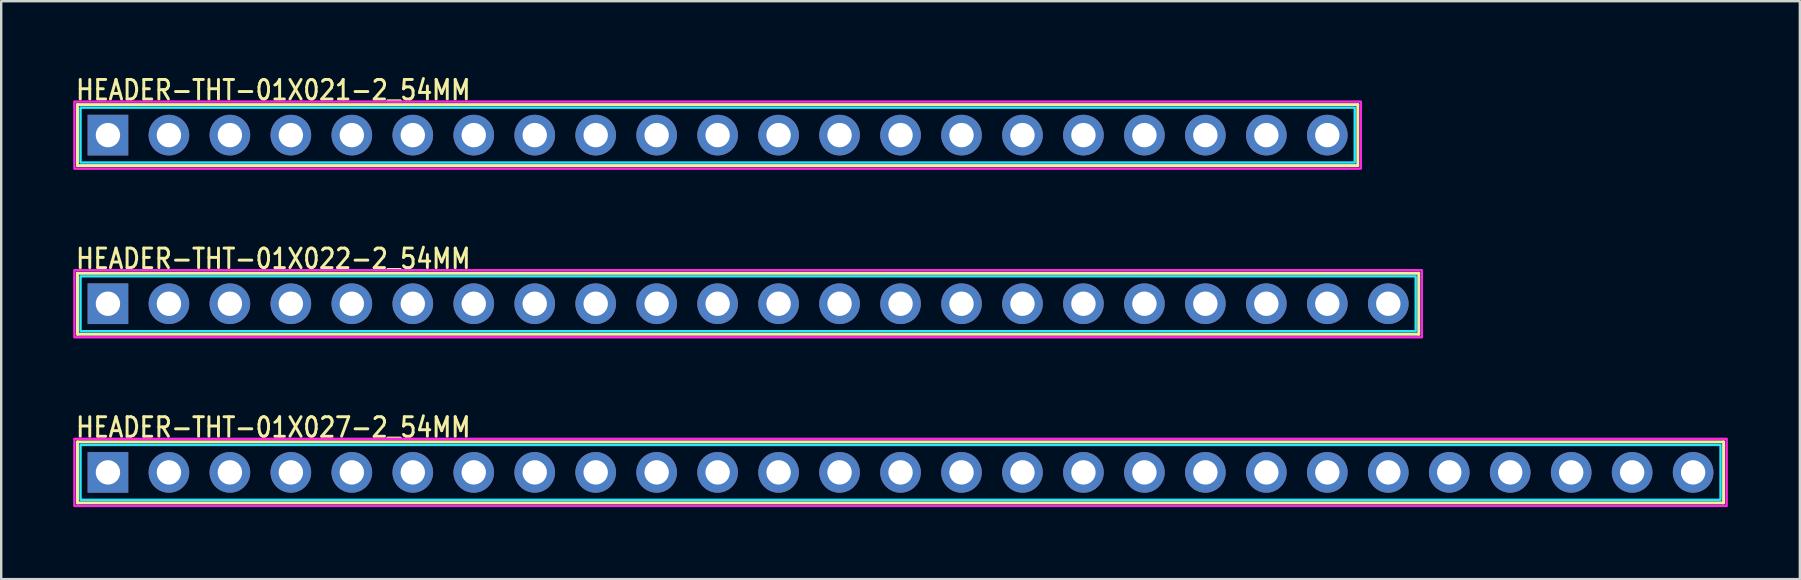
<source format=kicad_pcb>
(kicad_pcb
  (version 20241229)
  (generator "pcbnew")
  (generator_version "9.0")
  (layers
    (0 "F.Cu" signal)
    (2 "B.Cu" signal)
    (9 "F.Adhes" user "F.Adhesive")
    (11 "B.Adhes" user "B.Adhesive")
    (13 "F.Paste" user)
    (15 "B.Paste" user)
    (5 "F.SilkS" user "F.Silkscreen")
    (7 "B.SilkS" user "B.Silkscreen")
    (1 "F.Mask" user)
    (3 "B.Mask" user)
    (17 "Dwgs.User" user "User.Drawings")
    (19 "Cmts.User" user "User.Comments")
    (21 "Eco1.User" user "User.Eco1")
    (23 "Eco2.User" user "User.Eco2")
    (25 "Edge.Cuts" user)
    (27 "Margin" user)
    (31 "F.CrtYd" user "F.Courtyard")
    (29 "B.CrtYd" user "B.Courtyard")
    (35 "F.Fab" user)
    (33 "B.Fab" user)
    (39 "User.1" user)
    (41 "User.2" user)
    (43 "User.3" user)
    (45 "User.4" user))
  (footprint "HEADER-THT-01X027-2_54MM"
    (layer "F.Cu")
    (at 1.447 16.63)
    (property "Reference" "HEADER-THT-01X027-2_54MM" (at -1.4 -1.4 0) (unlocked yes) (layer "F.SilkS") (effects (font (size 0.813 0.695) (thickness 0.122)) (justify left bottom)))
    (fp_line (start -1.27 -1.27) (end -1.27 1.27) (stroke (width 0.127) (type solid)) (layer "F.SilkS"))
    (fp_line (start -1.27 1.27) (end 67.31 1.27) (stroke (width 0.127) (type solid)) (layer "F.SilkS"))
    (fp_line (start 67.31 -1.27) (end -1.27 -1.27) (stroke (width 0.127) (type solid)) (layer "F.SilkS"))
    (fp_line (start 67.31 1.27) (end 67.31 -1.27) (stroke (width 0.127) (type solid)) (layer "F.SilkS"))
    (fp_poly (pts (xy -1.143 -1.143) (xy 67.183 -1.143) (xy 67.183 1.143) (xy -1.143 1.143)) (stroke (width 0.1) (type solid)) (fill no) (layer "B.CrtYd"))
    (fp_poly (pts (xy -1.397 -1.397) (xy 67.437 -1.397) (xy 67.437 1.397) (xy -1.397 1.397)) (stroke (width 0.1) (type solid)) (fill no) (layer "F.CrtYd"))
    (pad "P$1" thru_hole rect (at 0 0) (size 1.693 1.693) (drill 1.016) (layers "*.Cu" "*.Mask"))
    (pad "P$2" thru_hole oval (at 2.54 0) (size 1.693 1.693) (drill 1.016) (layers "*.Cu" "*.Mask"))
    (pad "P$3" thru_hole oval (at 5.08 0) (size 1.693 1.693) (drill 1.016) (layers "*.Cu" "*.Mask"))
    (pad "P$4" thru_hole oval (at 7.62 0) (size 1.693 1.693) (drill 1.016) (layers "*.Cu" "*.Mask"))
    (pad "P$5" thru_hole oval (at 10.16 0) (size 1.693 1.693) (drill 1.016) (layers "*.Cu" "*.Mask"))
    (pad "P$6" thru_hole oval (at 12.7 0) (size 1.693 1.693) (drill 1.016) (layers "*.Cu" "*.Mask"))
    (pad "P$7" thru_hole oval (at 15.24 0) (size 1.693 1.693) (drill 1.016) (layers "*.Cu" "*.Mask"))
    (pad "P$8" thru_hole oval (at 17.78 0) (size 1.693 1.693) (drill 1.016) (layers "*.Cu" "*.Mask"))
    (pad "P$9" thru_hole oval (at 20.32 0) (size 1.693 1.693) (drill 1.016) (layers "*.Cu" "*.Mask"))
    (pad "P$10" thru_hole oval (at 22.86 0) (size 1.693 1.693) (drill 1.016) (layers "*.Cu" "*.Mask"))
    (pad "P$11" thru_hole oval (at 25.4 0) (size 1.693 1.693) (drill 1.016) (layers "*.Cu" "*.Mask"))
    (pad "P$12" thru_hole oval (at 27.94 0) (size 1.693 1.693) (drill 1.016) (layers "*.Cu" "*.Mask"))
    (pad "P$13" thru_hole oval (at 30.48 0) (size 1.693 1.693) (drill 1.016) (layers "*.Cu" "*.Mask"))
    (pad "P$14" thru_hole oval (at 33.02 0) (size 1.693 1.693) (drill 1.016) (layers "*.Cu" "*.Mask"))
    (pad "P$15" thru_hole oval (at 35.56 0) (size 1.693 1.693) (drill 1.016) (layers "*.Cu" "*.Mask"))
    (pad "P$16" thru_hole oval (at 38.1 0) (size 1.693 1.693) (drill 1.016) (layers "*.Cu" "*.Mask"))
    (pad "P$17" thru_hole oval (at 40.64 0) (size 1.693 1.693) (drill 1.016) (layers "*.Cu" "*.Mask"))
    (pad "P$18" thru_hole oval (at 43.18 0) (size 1.693 1.693) (drill 1.016) (layers "*.Cu" "*.Mask"))
    (pad "P$19" thru_hole oval (at 45.72 0) (size 1.693 1.693) (drill 1.016) (layers "*.Cu" "*.Mask"))
    (pad "P$20" thru_hole oval (at 48.26 0) (size 1.693 1.693) (drill 1.016) (layers "*.Cu" "*.Mask"))
    (pad "P$21" thru_hole oval (at 50.8 0) (size 1.693 1.693) (drill 1.016) (layers "*.Cu" "*.Mask"))
    (pad "P$22" thru_hole oval (at 53.34 0) (size 1.693 1.693) (drill 1.016) (layers "*.Cu" "*.Mask"))
    (pad "P$23" thru_hole oval (at 55.88 0) (size 1.693 1.693) (drill 1.016) (layers "*.Cu" "*.Mask"))
    (pad "P$24" thru_hole oval (at 58.42 0) (size 1.693 1.693) (drill 1.016) (layers "*.Cu" "*.Mask"))
    (pad "P$25" thru_hole oval (at 60.96 0) (size 1.693 1.693) (drill 1.016) (layers "*.Cu" "*.Mask"))
    (pad "P$26" thru_hole oval (at 63.5 0) (size 1.693 1.693) (drill 1.016) (layers "*.Cu" "*.Mask"))
    (pad "P$27" thru_hole oval (at 66.04 0) (size 1.693 1.693) (drill 1.016) (layers "*.Cu" "*.Mask")))
  (footprint "HEADER-THT-01X022-2_54MM"
    (layer "F.Cu")
    (at 1.447 9.604)
    (property "Reference" "HEADER-THT-01X022-2_54MM" (at -1.4 -1.4 0) (unlocked yes) (layer "F.SilkS") (effects (font (size 0.813 0.695) (thickness 0.122)) (justify left bottom)))
    (fp_line (start -1.27 -1.27) (end -1.27 1.27) (stroke (width 0.127) (type solid)) (layer "F.SilkS"))
    (fp_line (start -1.27 1.27) (end 54.61 1.27) (stroke (width 0.127) (type solid)) (layer "F.SilkS"))
    (fp_line (start 54.61 -1.27) (end -1.27 -1.27) (stroke (width 0.127) (type solid)) (layer "F.SilkS"))
    (fp_line (start 54.61 1.27) (end 54.61 -1.27) (stroke (width 0.127) (type solid)) (layer "F.SilkS"))
    (fp_poly (pts (xy -1.143 -1.143) (xy 54.483 -1.143) (xy 54.483 1.143) (xy -1.143 1.143)) (stroke (width 0.1) (type solid)) (fill no) (layer "B.CrtYd"))
    (fp_poly (pts (xy -1.397 -1.397) (xy 54.737 -1.397) (xy 54.737 1.397) (xy -1.397 1.397)) (stroke (width 0.1) (type solid)) (fill no) (layer "F.CrtYd"))
    (pad "P$1" thru_hole rect (at 0 0) (size 1.693 1.693) (drill 1.016) (layers "*.Cu" "*.Mask"))
    (pad "P$2" thru_hole oval (at 2.54 0) (size 1.693 1.693) (drill 1.016) (layers "*.Cu" "*.Mask"))
    (pad "P$3" thru_hole oval (at 5.08 0) (size 1.693 1.693) (drill 1.016) (layers "*.Cu" "*.Mask"))
    (pad "P$4" thru_hole oval (at 7.62 0) (size 1.693 1.693) (drill 1.016) (layers "*.Cu" "*.Mask"))
    (pad "P$5" thru_hole oval (at 10.16 0) (size 1.693 1.693) (drill 1.016) (layers "*.Cu" "*.Mask"))
    (pad "P$6" thru_hole oval (at 12.7 0) (size 1.693 1.693) (drill 1.016) (layers "*.Cu" "*.Mask"))
    (pad "P$7" thru_hole oval (at 15.24 0) (size 1.693 1.693) (drill 1.016) (layers "*.Cu" "*.Mask"))
    (pad "P$8" thru_hole oval (at 17.78 0) (size 1.693 1.693) (drill 1.016) (layers "*.Cu" "*.Mask"))
    (pad "P$9" thru_hole oval (at 20.32 0) (size 1.693 1.693) (drill 1.016) (layers "*.Cu" "*.Mask"))
    (pad "P$10" thru_hole oval (at 22.86 0) (size 1.693 1.693) (drill 1.016) (layers "*.Cu" "*.Mask"))
    (pad "P$11" thru_hole oval (at 25.4 0) (size 1.693 1.693) (drill 1.016) (layers "*.Cu" "*.Mask"))
    (pad "P$12" thru_hole oval (at 27.94 0) (size 1.693 1.693) (drill 1.016) (layers "*.Cu" "*.Mask"))
    (pad "P$13" thru_hole oval (at 30.48 0) (size 1.693 1.693) (drill 1.016) (layers "*.Cu" "*.Mask"))
    (pad "P$14" thru_hole oval (at 33.02 0) (size 1.693 1.693) (drill 1.016) (layers "*.Cu" "*.Mask"))
    (pad "P$15" thru_hole oval (at 35.56 0) (size 1.693 1.693) (drill 1.016) (layers "*.Cu" "*.Mask"))
    (pad "P$16" thru_hole oval (at 38.1 0) (size 1.693 1.693) (drill 1.016) (layers "*.Cu" "*.Mask"))
    (pad "P$17" thru_hole oval (at 40.64 0) (size 1.693 1.693) (drill 1.016) (layers "*.Cu" "*.Mask"))
    (pad "P$18" thru_hole oval (at 43.18 0) (size 1.693 1.693) (drill 1.016) (layers "*.Cu" "*.Mask"))
    (pad "P$19" thru_hole oval (at 45.72 0) (size 1.693 1.693) (drill 1.016) (layers "*.Cu" "*.Mask"))
    (pad "P$20" thru_hole oval (at 48.26 0) (size 1.693 1.693) (drill 1.016) (layers "*.Cu" "*.Mask"))
    (pad "P$21" thru_hole oval (at 50.8 0) (size 1.693 1.693) (drill 1.016) (layers "*.Cu" "*.Mask"))
    (pad "P$22" thru_hole oval (at 53.34 0) (size 1.693 1.693) (drill 1.016) (layers "*.Cu" "*.Mask")))
  (footprint "HEADER-THT-01X021-2_54MM"
    (layer "F.Cu")
    (at 1.447 2.579)
    (property "Reference" "HEADER-THT-01X021-2_54MM" (at -1.4 -1.4 0) (unlocked yes) (layer "F.SilkS") (effects (font (size 0.813 0.695) (thickness 0.122)) (justify left bottom)))
    (fp_line (start -1.27 -1.27) (end -1.27 1.27) (stroke (width 0.127) (type solid)) (layer "F.SilkS"))
    (fp_line (start -1.27 1.27) (end 52.07 1.27) (stroke (width 0.127) (type solid)) (layer "F.SilkS"))
    (fp_line (start 52.07 -1.27) (end -1.27 -1.27) (stroke (width 0.127) (type solid)) (layer "F.SilkS"))
    (fp_line (start 52.07 1.27) (end 52.07 -1.27) (stroke (width 0.127) (type solid)) (layer "F.SilkS"))
    (fp_poly (pts (xy -1.143 -1.143) (xy 51.943 -1.143) (xy 51.943 1.143) (xy -1.143 1.143)) (stroke (width 0.1) (type solid)) (fill no) (layer "B.CrtYd"))
    (fp_poly (pts (xy -1.397 -1.397) (xy 52.197 -1.397) (xy 52.197 1.397) (xy -1.397 1.397)) (stroke (width 0.1) (type solid)) (fill no) (layer "F.CrtYd"))
    (pad "P$1" thru_hole rect (at 0 0) (size 1.693 1.693) (drill 1.016) (layers "*.Cu" "*.Mask"))
    (pad "P$2" thru_hole oval (at 2.54 0) (size 1.693 1.693) (drill 1.016) (layers "*.Cu" "*.Mask"))
    (pad "P$3" thru_hole oval (at 5.08 0) (size 1.693 1.693) (drill 1.016) (layers "*.Cu" "*.Mask"))
    (pad "P$4" thru_hole oval (at 7.62 0) (size 1.693 1.693) (drill 1.016) (layers "*.Cu" "*.Mask"))
    (pad "P$5" thru_hole oval (at 10.16 0) (size 1.693 1.693) (drill 1.016) (layers "*.Cu" "*.Mask"))
    (pad "P$6" thru_hole oval (at 12.7 0) (size 1.693 1.693) (drill 1.016) (layers "*.Cu" "*.Mask"))
    (pad "P$7" thru_hole oval (at 15.24 0) (size 1.693 1.693) (drill 1.016) (layers "*.Cu" "*.Mask"))
    (pad "P$8" thru_hole oval (at 17.78 0) (size 1.693 1.693) (drill 1.016) (layers "*.Cu" "*.Mask"))
    (pad "P$9" thru_hole oval (at 20.32 0) (size 1.693 1.693) (drill 1.016) (layers "*.Cu" "*.Mask"))
    (pad "P$10" thru_hole oval (at 22.86 0) (size 1.693 1.693) (drill 1.016) (layers "*.Cu" "*.Mask"))
    (pad "P$11" thru_hole oval (at 25.4 0) (size 1.693 1.693) (drill 1.016) (layers "*.Cu" "*.Mask"))
    (pad "P$12" thru_hole oval (at 27.94 0) (size 1.693 1.693) (drill 1.016) (layers "*.Cu" "*.Mask"))
    (pad "P$13" thru_hole oval (at 30.48 0) (size 1.693 1.693) (drill 1.016) (layers "*.Cu" "*.Mask"))
    (pad "P$14" thru_hole oval (at 33.02 0) (size 1.693 1.693) (drill 1.016) (layers "*.Cu" "*.Mask"))
    (pad "P$15" thru_hole oval (at 35.56 0) (size 1.693 1.693) (drill 1.016) (layers "*.Cu" "*.Mask"))
    (pad "P$16" thru_hole oval (at 38.1 0) (size 1.693 1.693) (drill 1.016) (layers "*.Cu" "*.Mask"))
    (pad "P$17" thru_hole oval (at 40.64 0) (size 1.693 1.693) (drill 1.016) (layers "*.Cu" "*.Mask"))
    (pad "P$18" thru_hole oval (at 43.18 0) (size 1.693 1.693) (drill 1.016) (layers "*.Cu" "*.Mask"))
    (pad "P$19" thru_hole oval (at 45.72 0) (size 1.693 1.693) (drill 1.016) (layers "*.Cu" "*.Mask"))
    (pad "P$20" thru_hole oval (at 48.26 0) (size 1.693 1.693) (drill 1.016) (layers "*.Cu" "*.Mask"))
    (pad "P$21" thru_hole oval (at 50.8 0) (size 1.693 1.693) (drill 1.016) (layers "*.Cu" "*.Mask")))
  (gr_rect
    (start -3 -3)
    (end 71.934 21.077)
    (stroke (width 0.1) (type default))
    (fill no)
    (layer "Edge.Cuts")))
</source>
